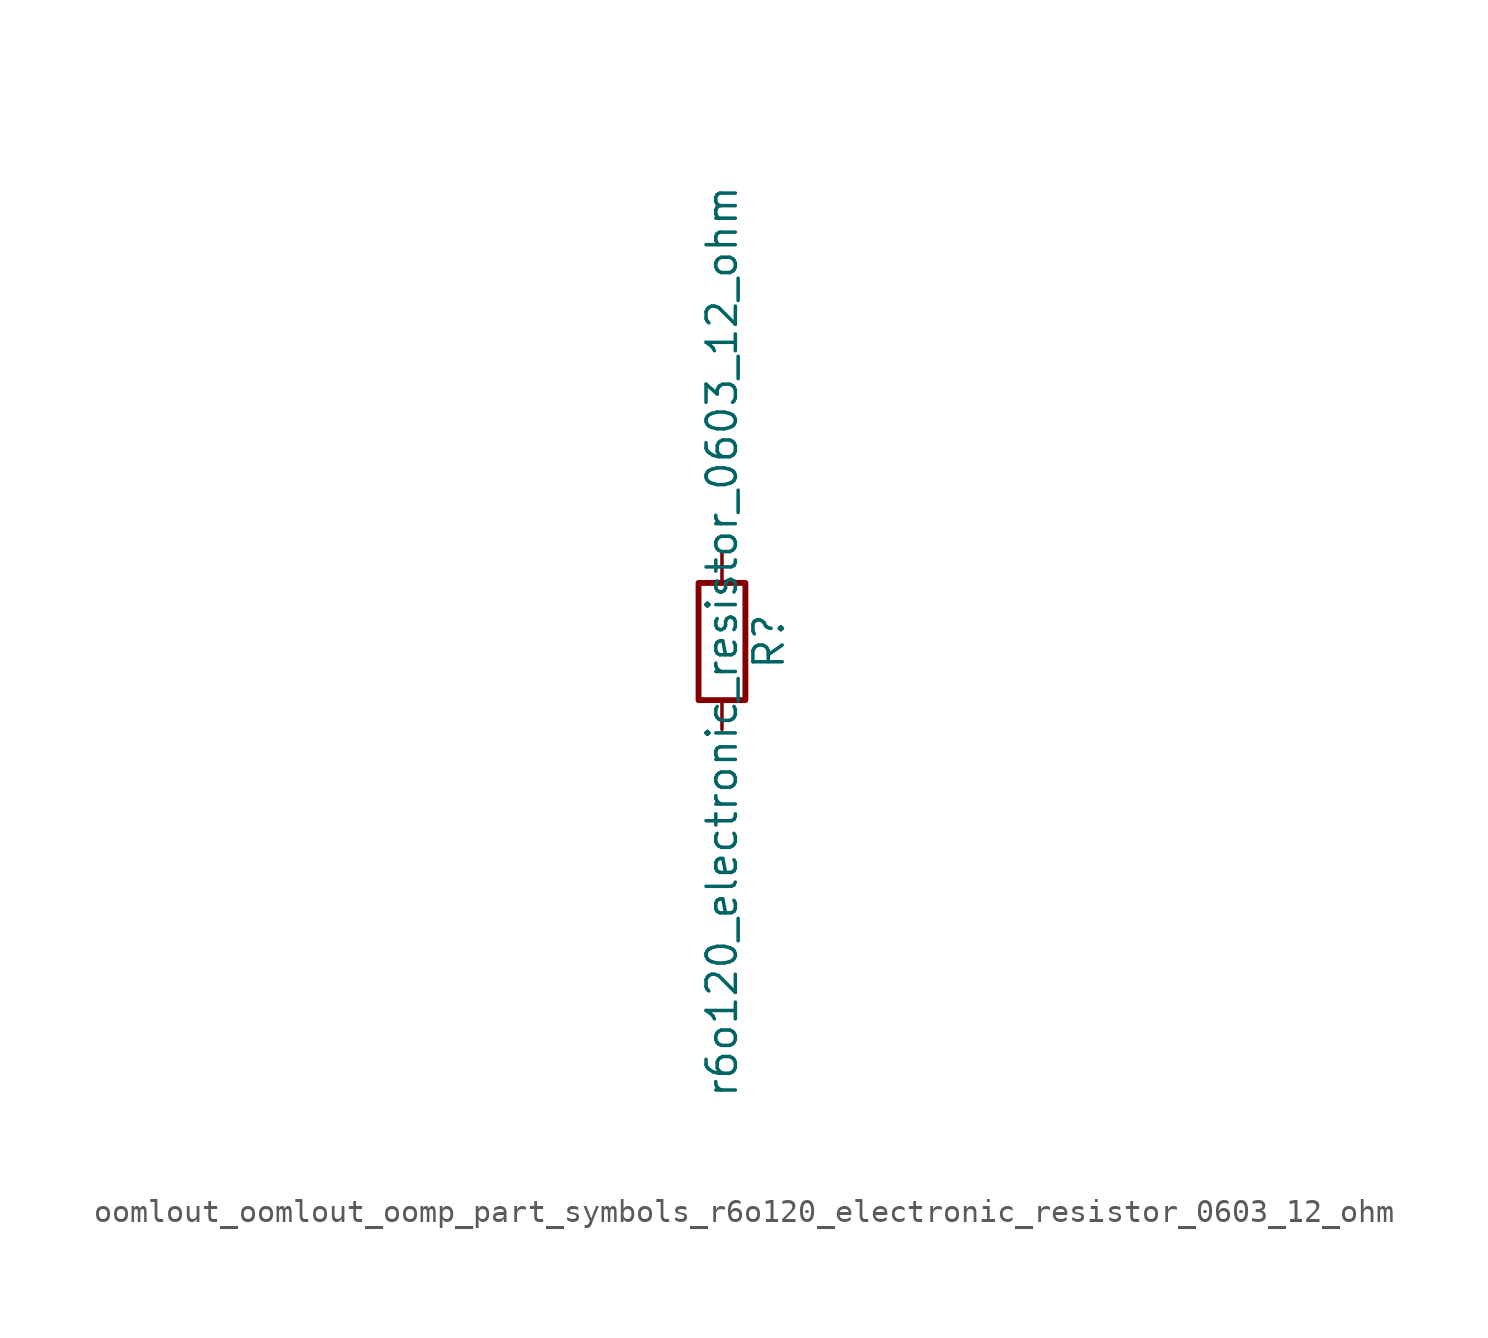
<source format=kicad_sym>
(kicad_symbol_lib
  (version 20220914)
  (generator kicad_symbol_editor)
  (symbol "oomlout_oomlout_oomp_part_symbols_r6o120_electronic_resistor_0603_12_ohm"
    (pin_numbers hide)
    (pin_names
      (offset 0))
    (property "Reference" "R"
      (at 2.032 0 90)
      (effects (font (size 1.27 1.27))))
    (property "Value" "r6o120_electronic_resistor_0603_12_ohm"
      (at 0 0 90)
      (effects (font (size 1.27 1.27))))
    (symbol "oomlout_oomlout_oomp_part_symbols_r6o120_electronic_resistor_0603_12_ohm_0_1"
      (rectangle (start -1.016 -2.54) (end 1.016 2.54) (stroke (width 0.254) (type default)) (fill (type none))))
    (symbol "oomlout_oomlout_oomp_part_symbols_r6o120_electronic_resistor_0603_12_ohm_1_1"
      (pin passive line (at 0 3.81 270) (length 1.27) (name "~" (effects (font (size 1.27 1.27)))) (number "1" (effects (font (size 1.27 1.27)))))
      (pin passive line (at 0 -3.81 90) (length 1.27) (name "~" (effects (font (size 1.27 1.27)))) (number "2" (effects (font (size 1.27 1.27))))))))
</source>
